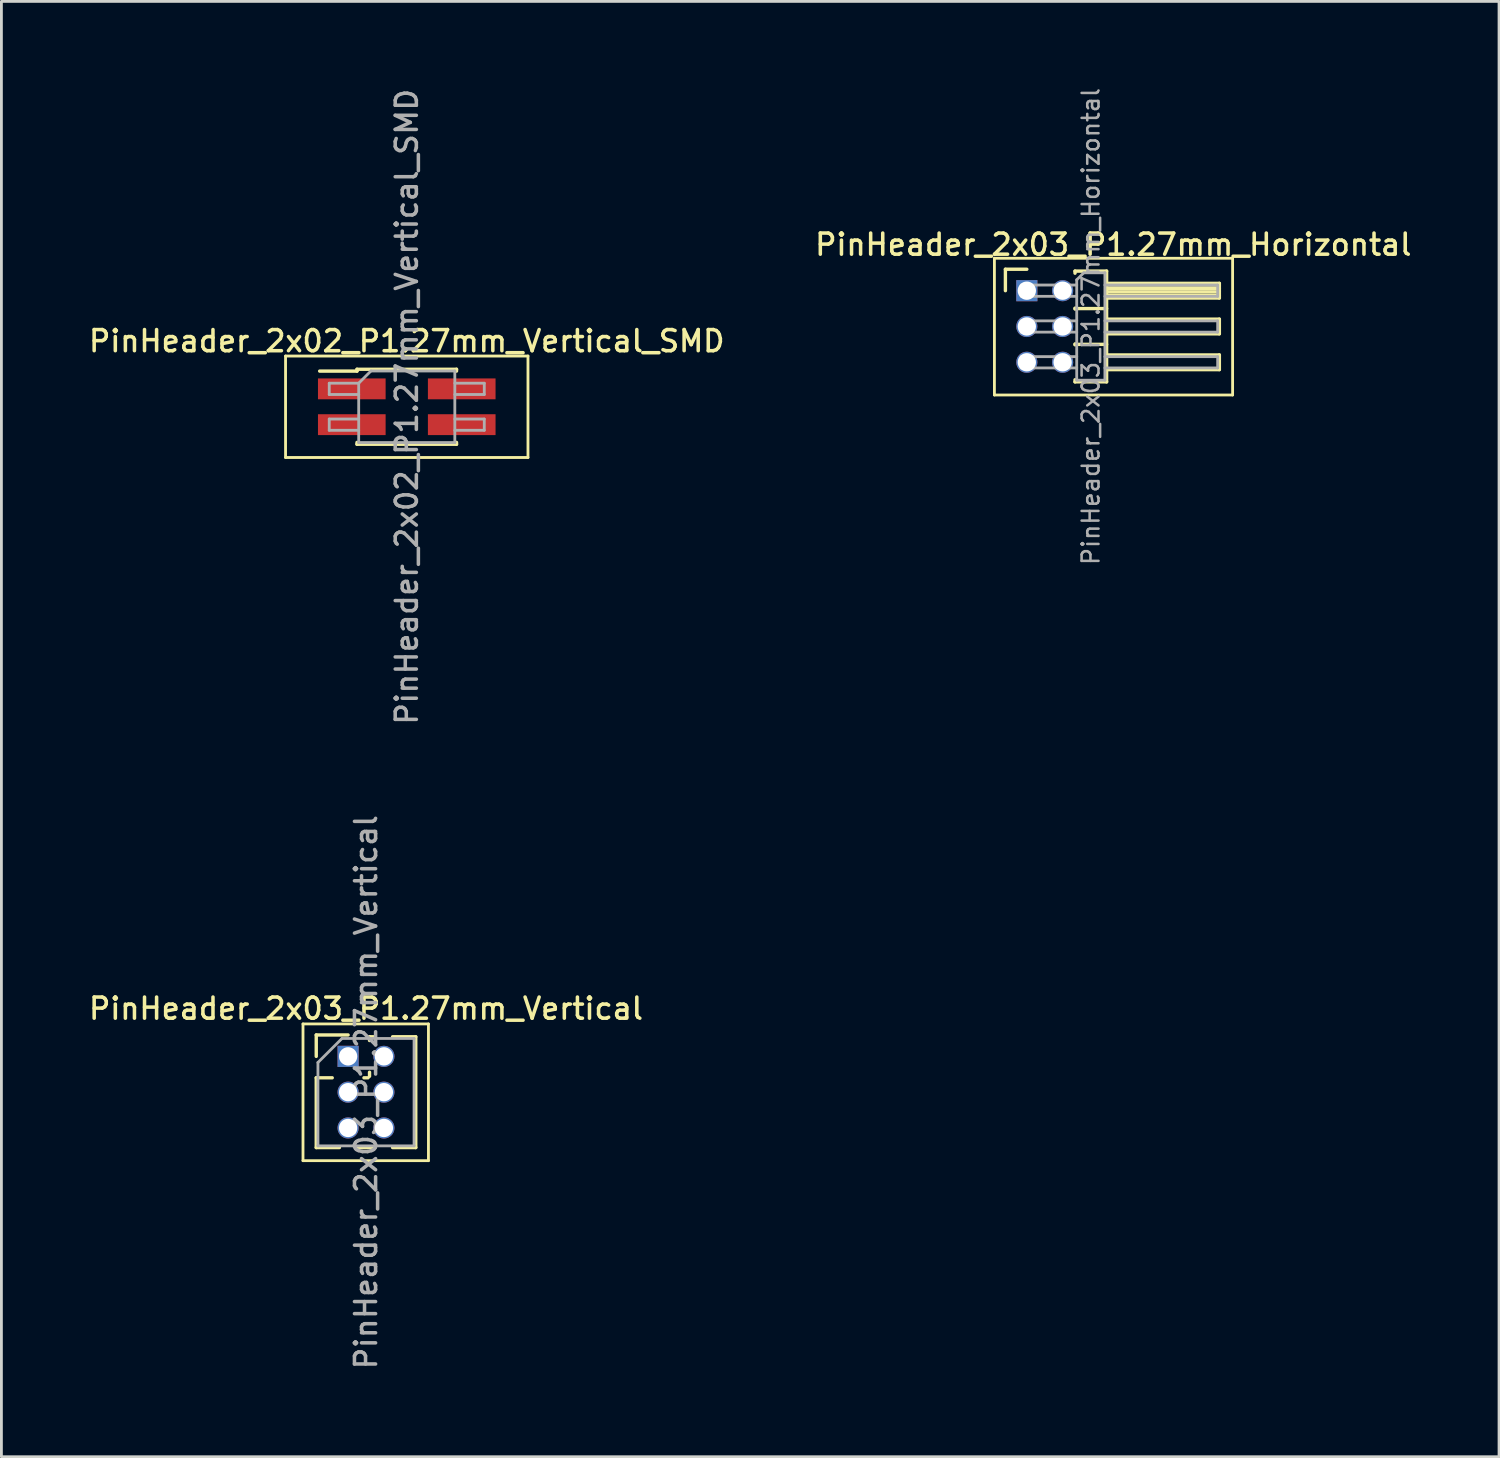
<source format=kicad_pcb>
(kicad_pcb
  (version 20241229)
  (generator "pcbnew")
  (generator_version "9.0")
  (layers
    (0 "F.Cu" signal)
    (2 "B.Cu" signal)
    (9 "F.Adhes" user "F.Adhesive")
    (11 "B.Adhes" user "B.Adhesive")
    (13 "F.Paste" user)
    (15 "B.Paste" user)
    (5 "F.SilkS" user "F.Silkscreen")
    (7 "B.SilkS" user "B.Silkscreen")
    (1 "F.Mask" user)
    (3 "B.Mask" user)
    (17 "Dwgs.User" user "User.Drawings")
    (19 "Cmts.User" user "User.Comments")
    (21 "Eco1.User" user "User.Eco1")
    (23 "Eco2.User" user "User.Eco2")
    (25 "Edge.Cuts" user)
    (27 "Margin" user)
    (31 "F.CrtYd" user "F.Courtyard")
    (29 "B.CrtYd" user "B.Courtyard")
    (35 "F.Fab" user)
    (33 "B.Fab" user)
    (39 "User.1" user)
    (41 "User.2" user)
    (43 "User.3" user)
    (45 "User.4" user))
  (footprint "PinHeader_2x02_P1.27mm_Vertical_SMD"
    (layer "F.Cu")
    (at 11.38 11.38)
    (property "Reference" "PinHeader_2x02_P1.27mm_Vertical_SMD" (at 0 -2.33 0) (layer "F.SilkS") (effects (font (size 0.75 0.75) (thickness 0.125))))
    (attr smd)
    (fp_line (start -4.3 -1.8) (end -4.3 1.8) (stroke (width 0.1) (type solid)) (layer "F.SilkS"))
    (fp_line (start -4.3 1.8) (end 4.3 1.8) (stroke (width 0.1) (type solid)) (layer "F.SilkS"))
    (fp_line (start -3.09 -1.265) (end -1.765 -1.265) (stroke (width 0.12) (type solid)) (layer "F.SilkS"))
    (fp_line (start -1.765 -1.33) (end -1.765 -1.265) (stroke (width 0.12) (type solid)) (layer "F.SilkS"))
    (fp_line (start -1.765 -1.33) (end 1.765 -1.33) (stroke (width 0.12) (type solid)) (layer "F.SilkS"))
    (fp_line (start -1.765 1.265) (end -1.765 1.33) (stroke (width 0.12) (type solid)) (layer "F.SilkS"))
    (fp_line (start -1.765 1.33) (end 1.765 1.33) (stroke (width 0.12) (type solid)) (layer "F.SilkS"))
    (fp_line (start 1.765 -1.33) (end 1.765 -1.265) (stroke (width 0.12) (type solid)) (layer "F.SilkS"))
    (fp_line (start 1.765 1.265) (end 1.765 1.33) (stroke (width 0.12) (type solid)) (layer "F.SilkS"))
    (fp_line (start 4.3 -1.8) (end -4.3 -1.8) (stroke (width 0.1) (type solid)) (layer "F.SilkS"))
    (fp_line (start 4.3 1.8) (end 4.3 -1.8) (stroke (width 0.1) (type solid)) (layer "F.SilkS"))
    (fp_line (start -2.75 -0.835) (end -2.75 -0.435) (stroke (width 0.1) (type solid)) (layer "F.Fab"))
    (fp_line (start -2.75 -0.435) (end -1.705 -0.435) (stroke (width 0.1) (type solid)) (layer "F.Fab"))
    (fp_line (start -2.75 0.435) (end -2.75 0.835) (stroke (width 0.1) (type solid)) (layer "F.Fab"))
    (fp_line (start -2.75 0.835) (end -1.705 0.835) (stroke (width 0.1) (type solid)) (layer "F.Fab"))
    (fp_line (start -1.705 -0.835) (end -2.75 -0.835) (stroke (width 0.1) (type solid)) (layer "F.Fab"))
    (fp_line (start -1.705 -0.835) (end -1.27 -1.27) (stroke (width 0.1) (type solid)) (layer "F.Fab"))
    (fp_line (start -1.705 0.435) (end -2.75 0.435) (stroke (width 0.1) (type solid)) (layer "F.Fab"))
    (fp_line (start -1.705 1.27) (end -1.705 -0.835) (stroke (width 0.1) (type solid)) (layer "F.Fab"))
    (fp_line (start -1.27 -1.27) (end 1.705 -1.27) (stroke (width 0.1) (type solid)) (layer "F.Fab"))
    (fp_line (start 1.705 -1.27) (end 1.705 1.27) (stroke (width 0.1) (type solid)) (layer "F.Fab"))
    (fp_line (start 1.705 -0.835) (end 2.75 -0.835) (stroke (width 0.1) (type solid)) (layer "F.Fab"))
    (fp_line (start 1.705 0.435) (end 2.75 0.435) (stroke (width 0.1) (type solid)) (layer "F.Fab"))
    (fp_line (start 1.705 1.27) (end -1.705 1.27) (stroke (width 0.1) (type solid)) (layer "F.Fab"))
    (fp_line (start 2.75 -0.835) (end 2.75 -0.435) (stroke (width 0.1) (type solid)) (layer "F.Fab"))
    (fp_line (start 2.75 -0.435) (end 1.705 -0.435) (stroke (width 0.1) (type solid)) (layer "F.Fab"))
    (fp_line (start 2.75 0.435) (end 2.75 0.835) (stroke (width 0.1) (type solid)) (layer "F.Fab"))
    (fp_line (start 2.75 0.835) (end 1.705 0.835) (stroke (width 0.1) (type solid)) (layer "F.Fab"))
    (fp_text user "${REFERENCE}" (at 0 0 90) (layer "F.Fab") (effects (font (size 0.75 0.75) (thickness 0.125))))
    (pad "1" smd rect (at -1.95 -0.635) (size 2.4 0.74) (layers "F.Cu" "F.Mask" "F.Paste"))
    (pad "2" smd rect (at 1.95 -0.635) (size 2.4 0.74) (layers "F.Cu" "F.Mask" "F.Paste"))
    (pad "3" smd rect (at -1.95 0.635) (size 2.4 0.74) (layers "F.Cu" "F.Mask" "F.Paste"))
    (pad "4" smd rect (at 1.95 0.635) (size 2.4 0.74) (layers "F.Cu" "F.Mask" "F.Paste")))
  (footprint "PinHeader_2x03_P1.27mm_Horizontal"
    (layer "F.Cu")
    (at 33.377 7.262)
    (property "Reference" "PinHeader_2x03_P1.27mm_Horizontal" (at 3.067 -1.635 0) (layer "F.SilkS") (effects (font (size 0.75 0.75) (thickness 0.125))))
    (attr through_hole)
    (fp_line (start -1.15 -1.15) (end -1.15 3.7) (stroke (width 0.1) (type solid)) (layer "F.SilkS"))
    (fp_line (start -1.15 3.7) (end 7.3 3.7) (stroke (width 0.1) (type solid)) (layer "F.SilkS"))
    (fp_line (start -0.76 -0.76) (end 0 -0.76) (stroke (width 0.12) (type solid)) (layer "F.SilkS"))
    (fp_line (start -0.76 0) (end -0.76 -0.76) (stroke (width 0.12) (type solid)) (layer "F.SilkS"))
    (fp_line (start 1.71 -0.695) (end 2.83 -0.695) (stroke (width 0.12) (type solid)) (layer "F.SilkS"))
    (fp_line (start 1.71 -0.62) (end 1.71 -0.695) (stroke (width 0.12) (type solid)) (layer "F.SilkS"))
    (fp_line (start 1.71 0.62) (end 1.71 0.65) (stroke (width 0.12) (type solid)) (layer "F.SilkS"))
    (fp_line (start 1.71 0.635) (end 2.83 0.635) (stroke (width 0.12) (type solid)) (layer "F.SilkS"))
    (fp_line (start 1.71 1.89) (end 1.71 1.92) (stroke (width 0.12) (type solid)) (layer "F.SilkS"))
    (fp_line (start 1.71 1.905) (end 2.83 1.905) (stroke (width 0.12) (type solid)) (layer "F.SilkS"))
    (fp_line (start 1.71 3.235) (end 1.71 3.16) (stroke (width 0.12) (type solid)) (layer "F.SilkS"))
    (fp_line (start 2.83 -0.695) (end 2.83 3.235) (stroke (width 0.12) (type solid)) (layer "F.SilkS"))
    (fp_line (start 2.83 -0.26) (end 6.83 -0.26) (stroke (width 0.12) (type solid)) (layer "F.SilkS"))
    (fp_line (start 2.83 -0.2) (end 6.83 -0.2) (stroke (width 0.12) (type solid)) (layer "F.SilkS"))
    (fp_line (start 2.83 -0.08) (end 6.83 -0.08) (stroke (width 0.12) (type solid)) (layer "F.SilkS"))
    (fp_line (start 2.83 0.04) (end 6.83 0.04) (stroke (width 0.12) (type solid)) (layer "F.SilkS"))
    (fp_line (start 2.83 0.16) (end 6.83 0.16) (stroke (width 0.12) (type solid)) (layer "F.SilkS"))
    (fp_line (start 2.83 1.01) (end 6.83 1.01) (stroke (width 0.12) (type solid)) (layer "F.SilkS"))
    (fp_line (start 2.83 2.28) (end 6.83 2.28) (stroke (width 0.12) (type solid)) (layer "F.SilkS"))
    (fp_line (start 2.83 3.235) (end 1.71 3.235) (stroke (width 0.12) (type solid)) (layer "F.SilkS"))
    (fp_line (start 6.83 -0.26) (end 6.83 0.26) (stroke (width 0.12) (type solid)) (layer "F.SilkS"))
    (fp_line (start 6.83 0.26) (end 2.83 0.26) (stroke (width 0.12) (type solid)) (layer "F.SilkS"))
    (fp_line (start 6.83 1.01) (end 6.83 1.53) (stroke (width 0.12) (type solid)) (layer "F.SilkS"))
    (fp_line (start 6.83 1.53) (end 2.83 1.53) (stroke (width 0.12) (type solid)) (layer "F.SilkS"))
    (fp_line (start 6.83 2.28) (end 6.83 2.8) (stroke (width 0.12) (type solid)) (layer "F.SilkS"))
    (fp_line (start 6.83 2.8) (end 2.83 2.8) (stroke (width 0.12) (type solid)) (layer "F.SilkS"))
    (fp_line (start 7.3 -1.15) (end -1.15 -1.15) (stroke (width 0.1) (type solid)) (layer "F.SilkS"))
    (fp_line (start 7.3 3.7) (end 7.3 -1.15) (stroke (width 0.1) (type solid)) (layer "F.SilkS"))
    (fp_line (start -0.2 -0.2) (end -0.2 0.2) (stroke (width 0.1) (type solid)) (layer "F.Fab"))
    (fp_line (start -0.2 -0.2) (end 1.77 -0.2) (stroke (width 0.1) (type solid)) (layer "F.Fab"))
    (fp_line (start -0.2 0.2) (end 1.77 0.2) (stroke (width 0.1) (type solid)) (layer "F.Fab"))
    (fp_line (start -0.2 1.07) (end -0.2 1.47) (stroke (width 0.1) (type solid)) (layer "F.Fab"))
    (fp_line (start -0.2 1.07) (end 1.77 1.07) (stroke (width 0.1) (type solid)) (layer "F.Fab"))
    (fp_line (start -0.2 1.47) (end 1.77 1.47) (stroke (width 0.1) (type solid)) (layer "F.Fab"))
    (fp_line (start -0.2 2.34) (end -0.2 2.74) (stroke (width 0.1) (type solid)) (layer "F.Fab"))
    (fp_line (start -0.2 2.34) (end 1.77 2.34) (stroke (width 0.1) (type solid)) (layer "F.Fab"))
    (fp_line (start -0.2 2.74) (end 1.77 2.74) (stroke (width 0.1) (type solid)) (layer "F.Fab"))
    (fp_line (start 1.77 -0.385) (end 2.02 -0.635) (stroke (width 0.1) (type solid)) (layer "F.Fab"))
    (fp_line (start 1.77 3.175) (end 1.77 -0.385) (stroke (width 0.1) (type solid)) (layer "F.Fab"))
    (fp_line (start 2.02 -0.635) (end 2.77 -0.635) (stroke (width 0.1) (type solid)) (layer "F.Fab"))
    (fp_line (start 2.77 -0.635) (end 2.77 3.175) (stroke (width 0.1) (type solid)) (layer "F.Fab"))
    (fp_line (start 2.77 -0.2) (end 6.77 -0.2) (stroke (width 0.1) (type solid)) (layer "F.Fab"))
    (fp_line (start 2.77 0.2) (end 6.77 0.2) (stroke (width 0.1) (type solid)) (layer "F.Fab"))
    (fp_line (start 2.77 1.07) (end 6.77 1.07) (stroke (width 0.1) (type solid)) (layer "F.Fab"))
    (fp_line (start 2.77 1.47) (end 6.77 1.47) (stroke (width 0.1) (type solid)) (layer "F.Fab"))
    (fp_line (start 2.77 2.34) (end 6.77 2.34) (stroke (width 0.1) (type solid)) (layer "F.Fab"))
    (fp_line (start 2.77 2.74) (end 6.77 2.74) (stroke (width 0.1) (type solid)) (layer "F.Fab"))
    (fp_line (start 2.77 3.175) (end 1.77 3.175) (stroke (width 0.1) (type solid)) (layer "F.Fab"))
    (fp_line (start 6.77 -0.2) (end 6.77 0.2) (stroke (width 0.1) (type solid)) (layer "F.Fab"))
    (fp_line (start 6.77 1.07) (end 6.77 1.47) (stroke (width 0.1) (type solid)) (layer "F.Fab"))
    (fp_line (start 6.77 2.34) (end 6.77 2.74) (stroke (width 0.1) (type solid)) (layer "F.Fab"))
    (fp_text user "${REFERENCE}" (at 2.27 1.27 90) (layer "F.Fab") (effects (font (size 0.6 0.6) (thickness 0.09))))
    (pad "1" thru_hole rect (at 0 0) (size 0.75 0.75) (drill 0.65) (layers "*.Cu" "*.Mask"))
    (pad "2" thru_hole oval (at 1.27 0) (size 0.75 0.75) (drill 0.65) (layers "*.Cu" "*.Mask"))
    (pad "3" thru_hole oval (at 0 1.27) (size 0.75 0.75) (drill 0.65) (layers "*.Cu" "*.Mask"))
    (pad "4" thru_hole oval (at 1.27 1.27) (size 0.75 0.75) (drill 0.65) (layers "*.Cu" "*.Mask"))
    (pad "5" thru_hole oval (at 0 2.54) (size 0.75 0.75) (drill 0.65) (layers "*.Cu" "*.Mask"))
    (pad "6" thru_hole oval (at 1.27 2.54) (size 0.75 0.75) (drill 0.65) (layers "*.Cu" "*.Mask")))
  (footprint "PinHeader_2x03_P1.27mm_Vertical"
    (layer "F.Cu")
    (at 9.299 34.425)
    (property "Reference" "PinHeader_2x03_P1.27mm_Vertical" (at 0.635 -1.695 0) (layer "F.SilkS") (effects (font (size 0.75 0.75) (thickness 0.125))))
    (attr through_hole)
    (fp_line (start -1.6 -1.15) (end -1.6 3.7) (stroke (width 0.1) (type solid)) (layer "F.SilkS"))
    (fp_line (start -1.6 3.7) (end 2.85 3.7) (stroke (width 0.1) (type solid)) (layer "F.SilkS"))
    (fp_line (start -1.13 -0.76) (end 0 -0.76) (stroke (width 0.12) (type solid)) (layer "F.SilkS"))
    (fp_line (start -1.13 0) (end -1.13 -0.76) (stroke (width 0.12) (type solid)) (layer "F.SilkS"))
    (fp_line (start -1.13 0.76) (end -1.13 3.235) (stroke (width 0.12) (type solid)) (layer "F.SilkS"))
    (fp_line (start -1.13 0.76) (end -0.563 0.76) (stroke (width 0.12) (type solid)) (layer "F.SilkS"))
    (fp_line (start -1.13 3.235) (end -0.308 3.235) (stroke (width 0.12) (type solid)) (layer "F.SilkS"))
    (fp_line (start 0.308 3.235) (end 0.962 3.235) (stroke (width 0.12) (type solid)) (layer "F.SilkS"))
    (fp_line (start 0.563 0.76) (end 0.707 0.76) (stroke (width 0.12) (type solid)) (layer "F.SilkS"))
    (fp_line (start 0.76 -0.695) (end 0.962 -0.695) (stroke (width 0.12) (type solid)) (layer "F.SilkS"))
    (fp_line (start 0.76 -0.563) (end 0.76 -0.695) (stroke (width 0.12) (type solid)) (layer "F.SilkS"))
    (fp_line (start 0.76 0.707) (end 0.76 0.563) (stroke (width 0.12) (type solid)) (layer "F.SilkS"))
    (fp_line (start 1.578 -0.695) (end 2.4 -0.695) (stroke (width 0.12) (type solid)) (layer "F.SilkS"))
    (fp_line (start 1.578 3.235) (end 2.4 3.235) (stroke (width 0.12) (type solid)) (layer "F.SilkS"))
    (fp_line (start 2.4 -0.695) (end 2.4 3.235) (stroke (width 0.12) (type solid)) (layer "F.SilkS"))
    (fp_line (start 2.85 -1.15) (end -1.6 -1.15) (stroke (width 0.1) (type solid)) (layer "F.SilkS"))
    (fp_line (start 2.85 3.7) (end 2.85 -1.15) (stroke (width 0.1) (type solid)) (layer "F.SilkS"))
    (fp_line (start -1.07 0.217) (end -0.217 -0.635) (stroke (width 0.1) (type solid)) (layer "F.Fab"))
    (fp_line (start -1.07 3.175) (end -1.07 0.217) (stroke (width 0.1) (type solid)) (layer "F.Fab"))
    (fp_line (start -0.217 -0.635) (end 2.34 -0.635) (stroke (width 0.1) (type solid)) (layer "F.Fab"))
    (fp_line (start 2.34 -0.635) (end 2.34 3.175) (stroke (width 0.1) (type solid)) (layer "F.Fab"))
    (fp_line (start 2.34 3.175) (end -1.07 3.175) (stroke (width 0.1) (type solid)) (layer "F.Fab"))
    (fp_text user "${REFERENCE}" (at 0.635 1.27 90) (layer "F.Fab") (effects (font (size 0.75 0.75) (thickness 0.125))))
    (pad "1" thru_hole rect (at 0 0) (size 0.75 0.75) (drill 0.65) (layers "*.Cu" "*.Mask"))
    (pad "2" thru_hole oval (at 1.27 0) (size 0.75 0.75) (drill 0.65) (layers "*.Cu" "*.Mask"))
    (pad "3" thru_hole oval (at 0 1.27) (size 0.75 0.75) (drill 0.65) (layers "*.Cu" "*.Mask"))
    (pad "4" thru_hole oval (at 1.27 1.27) (size 0.75 0.75) (drill 0.65) (layers "*.Cu" "*.Mask"))
    (pad "5" thru_hole oval (at 0 2.54) (size 0.75 0.75) (drill 0.65) (layers "*.Cu" "*.Mask"))
    (pad "6" thru_hole oval (at 1.27 2.54) (size 0.75 0.75) (drill 0.65) (layers "*.Cu" "*.Mask")))
  (gr_rect
    (start -3 -3)
    (end 50.129 48.629)
    (stroke (width 0.1) (type default))
    (fill no)
    (layer "Edge.Cuts")))
</source>
